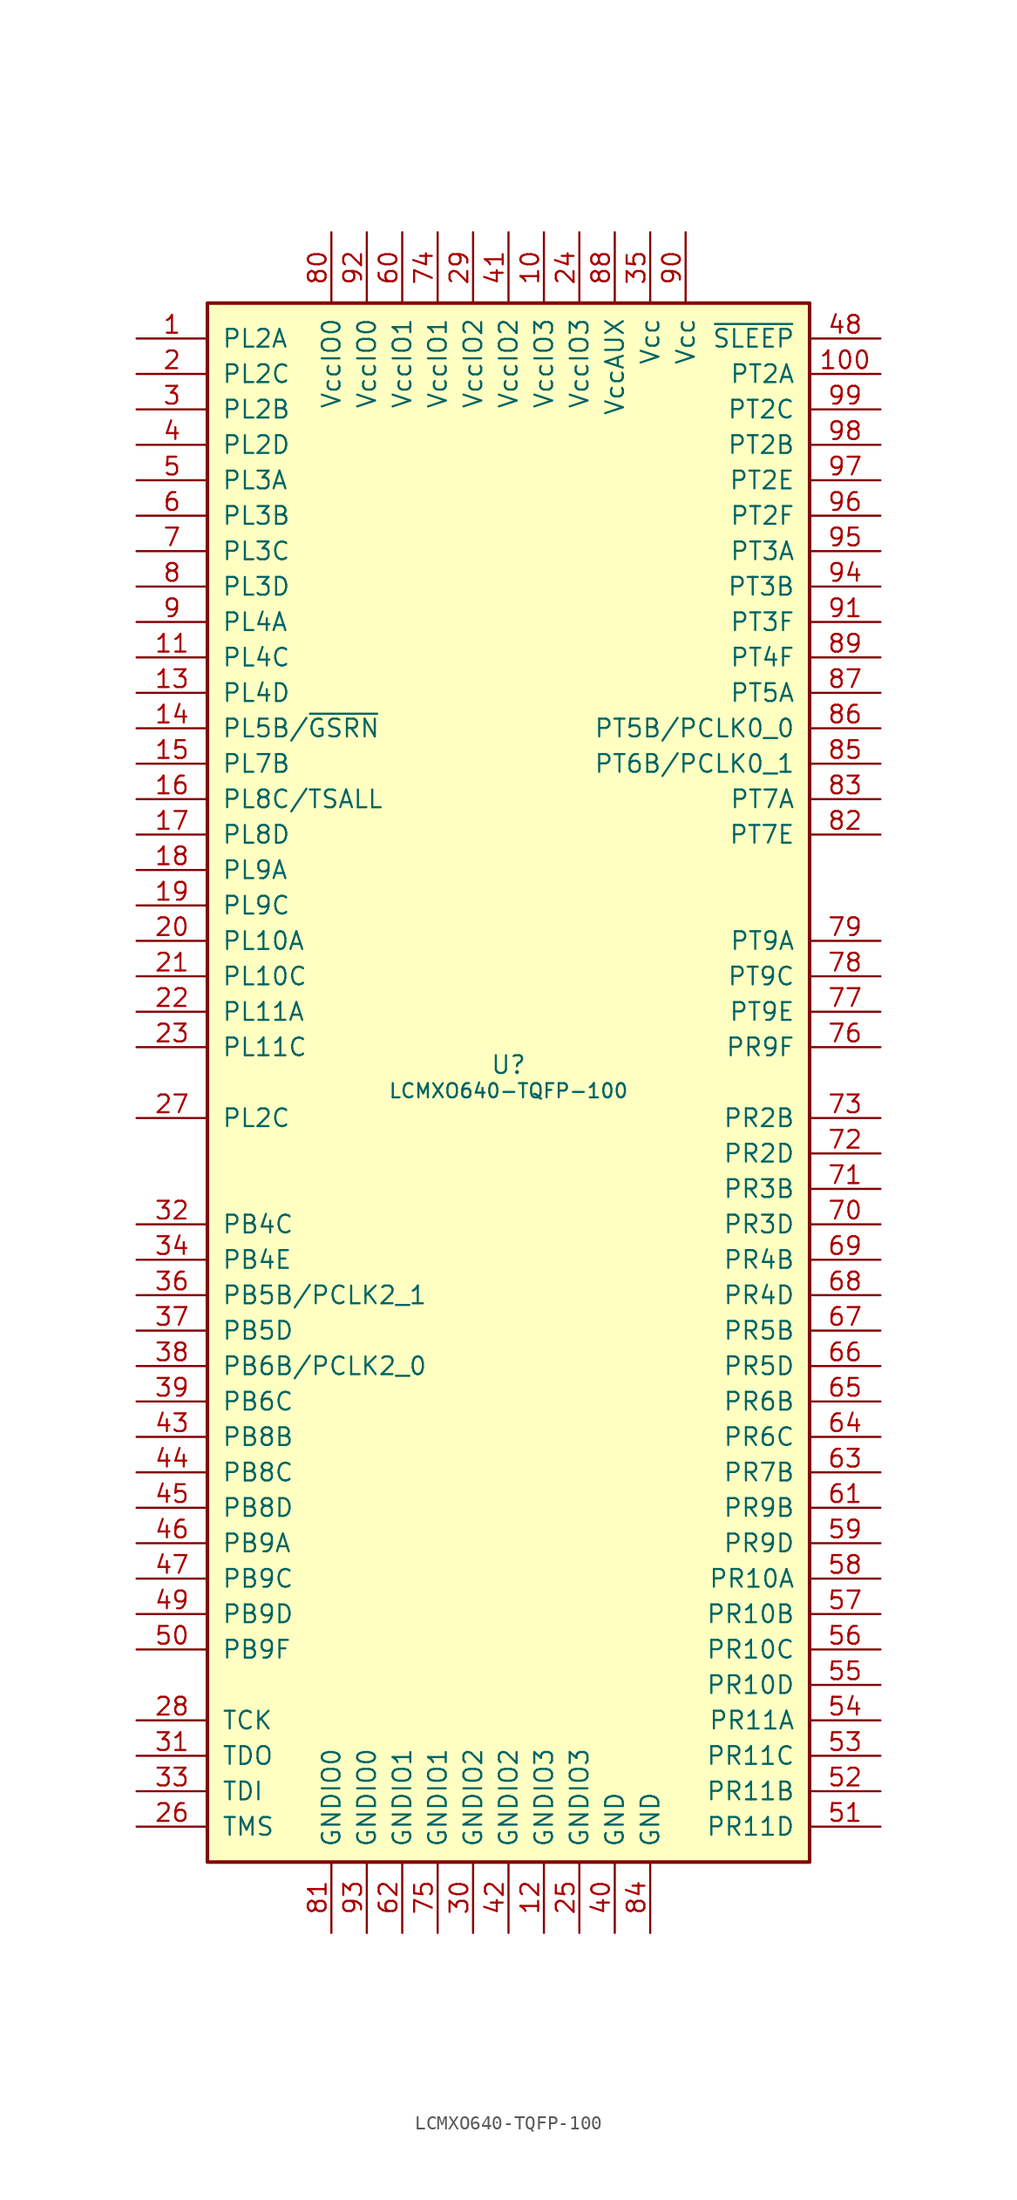
<source format=kicad_sym>
(kicad_symbol_lib
  (version 20220914)
  (generator kicad_symbol_editor)
  (symbol "LCMXO640-TQFP-100"
    (pin_names
      (offset 1.016))
    (property "Reference" "U"
      (at 0 1.27 0)
      (effects (font (size 1.27 1.27))))
    (property "Value" "LCMXO640-TQFP-100"
      (at 0 0 0)
      (effects (font (size 1.016 1.016)) (justify top)))
    (symbol "LCMXO640-TQFP-100_0_1"
      (rectangle (start -21.59 55.88) (end 21.59 -55.88) (stroke (width 0.254) (type default)) (fill (type background))))
    (symbol "LCMXO640-TQFP-100_1_1"
      (pin bidirectional line (at -26.67 53.34 0) (length 5.08) (name "PL2A" (effects (font (size 1.27 1.27)))) (number "1" (effects (font (size 1.27 1.27)))))
      (pin power_in line (at 2.54 60.96 270) (length 5.08) (name "VccIO3" (effects (font (size 1.27 1.27)))) (number "10" (effects (font (size 1.27 1.27)))))
      (pin bidirectional line (at 26.67 50.8 180) (length 5.08) (name "PT2A" (effects (font (size 1.27 1.27)))) (number "100" (effects (font (size 1.27 1.27)))))
      (pin bidirectional line (at -26.67 30.48 0) (length 5.08) (name "PL4C" (effects (font (size 1.27 1.27)))) (number "11" (effects (font (size 1.27 1.27)))))
      (pin power_in line (at 2.54 -60.96 90) (length 5.08) (name "GNDIO3" (effects (font (size 1.27 1.27)))) (number "12" (effects (font (size 1.27 1.27)))))
      (pin bidirectional line (at -26.67 27.94 0) (length 5.08) (name "PL4D" (effects (font (size 1.27 1.27)))) (number "13" (effects (font (size 1.27 1.27)))))
      (pin bidirectional line (at -26.67 25.4 0) (length 5.08) (name "PL5B/~{GSRN}" (effects (font (size 1.27 1.27)))) (number "14" (effects (font (size 1.27 1.27)))))
      (pin bidirectional line (at -26.67 22.86 0) (length 5.08) (name "PL7B" (effects (font (size 1.27 1.27)))) (number "15" (effects (font (size 1.27 1.27)))))
      (pin bidirectional line (at -26.67 20.32 0) (length 5.08) (name "PL8C/TSALL" (effects (font (size 1.27 1.27)))) (number "16" (effects (font (size 1.27 1.27)))))
      (pin bidirectional line (at -26.67 17.78 0) (length 5.08) (name "PL8D" (effects (font (size 1.27 1.27)))) (number "17" (effects (font (size 1.27 1.27)))))
      (pin bidirectional line (at -26.67 15.24 0) (length 5.08) (name "PL9A" (effects (font (size 1.27 1.27)))) (number "18" (effects (font (size 1.27 1.27)))))
      (pin bidirectional line (at -26.67 12.7 0) (length 5.08) (name "PL9C" (effects (font (size 1.27 1.27)))) (number "19" (effects (font (size 1.27 1.27)))))
      (pin bidirectional line (at -26.67 50.8 0) (length 5.08) (name "PL2C" (effects (font (size 1.27 1.27)))) (number "2" (effects (font (size 1.27 1.27)))))
      (pin bidirectional line (at -26.67 10.16 0) (length 5.08) (name "PL10A" (effects (font (size 1.27 1.27)))) (number "20" (effects (font (size 1.27 1.27)))))
      (pin bidirectional line (at -26.67 7.62 0) (length 5.08) (name "PL10C" (effects (font (size 1.27 1.27)))) (number "21" (effects (font (size 1.27 1.27)))))
      (pin bidirectional line (at -26.67 5.08 0) (length 5.08) (name "PL11A" (effects (font (size 1.27 1.27)))) (number "22" (effects (font (size 1.27 1.27)))))
      (pin bidirectional line (at -26.67 2.54 0) (length 5.08) (name "PL11C" (effects (font (size 1.27 1.27)))) (number "23" (effects (font (size 1.27 1.27)))))
      (pin power_in line (at 5.08 60.96 270) (length 5.08) (name "VccIO3" (effects (font (size 1.27 1.27)))) (number "24" (effects (font (size 1.27 1.27)))))
      (pin power_in line (at 5.08 -60.96 90) (length 5.08) (name "GNDIO3" (effects (font (size 1.27 1.27)))) (number "25" (effects (font (size 1.27 1.27)))))
      (pin input line (at -26.67 -53.34 0) (length 5.08) (name "TMS" (effects (font (size 1.27 1.27)))) (number "26" (effects (font (size 1.27 1.27)))))
      (pin bidirectional line (at -26.67 -2.54 0) (length 5.08) (name "PL2C" (effects (font (size 1.27 1.27)))) (number "27" (effects (font (size 1.27 1.27)))))
      (pin input line (at -26.67 -45.72 0) (length 5.08) (name "TCK" (effects (font (size 1.27 1.27)))) (number "28" (effects (font (size 1.27 1.27)))))
      (pin power_in line (at -2.54 60.96 270) (length 5.08) (name "VccIO2" (effects (font (size 1.27 1.27)))) (number "29" (effects (font (size 1.27 1.27)))))
      (pin bidirectional line (at -26.67 48.26 0) (length 5.08) (name "PL2B" (effects (font (size 1.27 1.27)))) (number "3" (effects (font (size 1.27 1.27)))))
      (pin power_in line (at -2.54 -60.96 90) (length 5.08) (name "GNDIO2" (effects (font (size 1.27 1.27)))) (number "30" (effects (font (size 1.27 1.27)))))
      (pin output line (at -26.67 -48.26 0) (length 5.08) (name "TDO" (effects (font (size 1.27 1.27)))) (number "31" (effects (font (size 1.27 1.27)))))
      (pin bidirectional line (at -26.67 -10.16 0) (length 5.08) (name "PB4C" (effects (font (size 1.27 1.27)))) (number "32" (effects (font (size 1.27 1.27)))))
      (pin input line (at -26.67 -50.8 0) (length 5.08) (name "TDI" (effects (font (size 1.27 1.27)))) (number "33" (effects (font (size 1.27 1.27)))))
      (pin bidirectional line (at -26.67 -12.7 0) (length 5.08) (name "PB4E" (effects (font (size 1.27 1.27)))) (number "34" (effects (font (size 1.27 1.27)))))
      (pin power_in line (at 10.16 60.96 270) (length 5.08) (name "Vcc" (effects (font (size 1.27 1.27)))) (number "35" (effects (font (size 1.27 1.27)))))
      (pin bidirectional line (at -26.67 -15.24 0) (length 5.08) (name "PB5B/PCLK2_1" (effects (font (size 1.27 1.27)))) (number "36" (effects (font (size 1.27 1.27)))))
      (pin bidirectional line (at -26.67 -17.78 0) (length 5.08) (name "PB5D" (effects (font (size 1.27 1.27)))) (number "37" (effects (font (size 1.27 1.27)))))
      (pin bidirectional line (at -26.67 -20.32 0) (length 5.08) (name "PB6B/PCLK2_0" (effects (font (size 1.27 1.27)))) (number "38" (effects (font (size 1.27 1.27)))))
      (pin bidirectional line (at -26.67 -22.86 0) (length 5.08) (name "PB6C" (effects (font (size 1.27 1.27)))) (number "39" (effects (font (size 1.27 1.27)))))
      (pin bidirectional line (at -26.67 45.72 0) (length 5.08) (name "PL2D" (effects (font (size 1.27 1.27)))) (number "4" (effects (font (size 1.27 1.27)))))
      (pin power_in line (at 7.62 -60.96 90) (length 5.08) (name "GND" (effects (font (size 1.27 1.27)))) (number "40" (effects (font (size 1.27 1.27)))))
      (pin power_in line (at 0 60.96 270) (length 5.08) (name "VccIO2" (effects (font (size 1.27 1.27)))) (number "41" (effects (font (size 1.27 1.27)))))
      (pin power_in line (at 0 -60.96 90) (length 5.08) (name "GNDIO2" (effects (font (size 1.27 1.27)))) (number "42" (effects (font (size 1.27 1.27)))))
      (pin bidirectional line (at -26.67 -25.4 0) (length 5.08) (name "PB8B" (effects (font (size 1.27 1.27)))) (number "43" (effects (font (size 1.27 1.27)))))
      (pin bidirectional line (at -26.67 -27.94 0) (length 5.08) (name "PB8C" (effects (font (size 1.27 1.27)))) (number "44" (effects (font (size 1.27 1.27)))))
      (pin bidirectional line (at -26.67 -30.48 0) (length 5.08) (name "PB8D" (effects (font (size 1.27 1.27)))) (number "45" (effects (font (size 1.27 1.27)))))
      (pin bidirectional line (at -26.67 -33.02 0) (length 5.08) (name "PB9A" (effects (font (size 1.27 1.27)))) (number "46" (effects (font (size 1.27 1.27)))))
      (pin bidirectional line (at -26.67 -35.56 0) (length 5.08) (name "PB9C" (effects (font (size 1.27 1.27)))) (number "47" (effects (font (size 1.27 1.27)))))
      (pin input line (at 26.67 53.34 180) (length 5.08) (name "~{SLEEP}" (effects (font (size 1.27 1.27)))) (number "48" (effects (font (size 1.27 1.27)))))
      (pin bidirectional line (at -26.67 -38.1 0) (length 5.08) (name "PB9D" (effects (font (size 1.27 1.27)))) (number "49" (effects (font (size 1.27 1.27)))))
      (pin bidirectional line (at -26.67 43.18 0) (length 5.08) (name "PL3A" (effects (font (size 1.27 1.27)))) (number "5" (effects (font (size 1.27 1.27)))))
      (pin bidirectional line (at -26.67 -40.64 0) (length 5.08) (name "PB9F" (effects (font (size 1.27 1.27)))) (number "50" (effects (font (size 1.27 1.27)))))
      (pin bidirectional line (at 26.67 -53.34 180) (length 5.08) (name "PR11D" (effects (font (size 1.27 1.27)))) (number "51" (effects (font (size 1.27 1.27)))))
      (pin bidirectional line (at 26.67 -50.8 180) (length 5.08) (name "PR11B" (effects (font (size 1.27 1.27)))) (number "52" (effects (font (size 1.27 1.27)))))
      (pin bidirectional line (at 26.67 -48.26 180) (length 5.08) (name "PR11C" (effects (font (size 1.27 1.27)))) (number "53" (effects (font (size 1.27 1.27)))))
      (pin bidirectional line (at 26.67 -45.72 180) (length 5.08) (name "PR11A" (effects (font (size 1.27 1.27)))) (number "54" (effects (font (size 1.27 1.27)))))
      (pin bidirectional line (at 26.67 -43.18 180) (length 5.08) (name "PR10D" (effects (font (size 1.27 1.27)))) (number "55" (effects (font (size 1.27 1.27)))))
      (pin bidirectional line (at 26.67 -40.64 180) (length 5.08) (name "PR10C" (effects (font (size 1.27 1.27)))) (number "56" (effects (font (size 1.27 1.27)))))
      (pin bidirectional line (at 26.67 -38.1 180) (length 5.08) (name "PR10B" (effects (font (size 1.27 1.27)))) (number "57" (effects (font (size 1.27 1.27)))))
      (pin bidirectional line (at 26.67 -35.56 180) (length 5.08) (name "PR10A" (effects (font (size 1.27 1.27)))) (number "58" (effects (font (size 1.27 1.27)))))
      (pin bidirectional line (at 26.67 -33.02 180) (length 5.08) (name "PR9D" (effects (font (size 1.27 1.27)))) (number "59" (effects (font (size 1.27 1.27)))))
      (pin bidirectional line (at -26.67 40.64 0) (length 5.08) (name "PL3B" (effects (font (size 1.27 1.27)))) (number "6" (effects (font (size 1.27 1.27)))))
      (pin power_in line (at -7.62 60.96 270) (length 5.08) (name "VccIO1" (effects (font (size 1.27 1.27)))) (number "60" (effects (font (size 1.27 1.27)))))
      (pin bidirectional line (at 26.67 -30.48 180) (length 5.08) (name "PR9B" (effects (font (size 1.27 1.27)))) (number "61" (effects (font (size 1.27 1.27)))))
      (pin power_in line (at -7.62 -60.96 90) (length 5.08) (name "GNDIO1" (effects (font (size 1.27 1.27)))) (number "62" (effects (font (size 1.27 1.27)))))
      (pin bidirectional line (at 26.67 -27.94 180) (length 5.08) (name "PR7B" (effects (font (size 1.27 1.27)))) (number "63" (effects (font (size 1.27 1.27)))))
      (pin bidirectional line (at 26.67 -25.4 180) (length 5.08) (name "PR6C" (effects (font (size 1.27 1.27)))) (number "64" (effects (font (size 1.27 1.27)))))
      (pin bidirectional line (at 26.67 -22.86 180) (length 5.08) (name "PR6B" (effects (font (size 1.27 1.27)))) (number "65" (effects (font (size 1.27 1.27)))))
      (pin bidirectional line (at 26.67 -20.32 180) (length 5.08) (name "PR5D" (effects (font (size 1.27 1.27)))) (number "66" (effects (font (size 1.27 1.27)))))
      (pin bidirectional line (at 26.67 -17.78 180) (length 5.08) (name "PR5B" (effects (font (size 1.27 1.27)))) (number "67" (effects (font (size 1.27 1.27)))))
      (pin bidirectional line (at 26.67 -15.24 180) (length 5.08) (name "PR4D" (effects (font (size 1.27 1.27)))) (number "68" (effects (font (size 1.27 1.27)))))
      (pin bidirectional line (at 26.67 -12.7 180) (length 5.08) (name "PR4B" (effects (font (size 1.27 1.27)))) (number "69" (effects (font (size 1.27 1.27)))))
      (pin bidirectional line (at -26.67 38.1 0) (length 5.08) (name "PL3C" (effects (font (size 1.27 1.27)))) (number "7" (effects (font (size 1.27 1.27)))))
      (pin bidirectional line (at 26.67 -10.16 180) (length 5.08) (name "PR3D" (effects (font (size 1.27 1.27)))) (number "70" (effects (font (size 1.27 1.27)))))
      (pin bidirectional line (at 26.67 -7.62 180) (length 5.08) (name "PR3B" (effects (font (size 1.27 1.27)))) (number "71" (effects (font (size 1.27 1.27)))))
      (pin bidirectional line (at 26.67 -5.08 180) (length 5.08) (name "PR2D" (effects (font (size 1.27 1.27)))) (number "72" (effects (font (size 1.27 1.27)))))
      (pin bidirectional line (at 26.67 -2.54 180) (length 5.08) (name "PR2B" (effects (font (size 1.27 1.27)))) (number "73" (effects (font (size 1.27 1.27)))))
      (pin power_in line (at -5.08 60.96 270) (length 5.08) (name "VccIO1" (effects (font (size 1.27 1.27)))) (number "74" (effects (font (size 1.27 1.27)))))
      (pin power_in line (at -5.08 -60.96 90) (length 5.08) (name "GNDIO1" (effects (font (size 1.27 1.27)))) (number "75" (effects (font (size 1.27 1.27)))))
      (pin bidirectional line (at 26.67 2.54 180) (length 5.08) (name "PR9F" (effects (font (size 1.27 1.27)))) (number "76" (effects (font (size 1.27 1.27)))))
      (pin bidirectional line (at 26.67 5.08 180) (length 5.08) (name "PT9E" (effects (font (size 1.27 1.27)))) (number "77" (effects (font (size 1.27 1.27)))))
      (pin bidirectional line (at 26.67 7.62 180) (length 5.08) (name "PT9C" (effects (font (size 1.27 1.27)))) (number "78" (effects (font (size 1.27 1.27)))))
      (pin bidirectional line (at 26.67 10.16 180) (length 5.08) (name "PT9A" (effects (font (size 1.27 1.27)))) (number "79" (effects (font (size 1.27 1.27)))))
      (pin bidirectional line (at -26.67 35.56 0) (length 5.08) (name "PL3D" (effects (font (size 1.27 1.27)))) (number "8" (effects (font (size 1.27 1.27)))))
      (pin power_in line (at -12.7 60.96 270) (length 5.08) (name "VccIO0" (effects (font (size 1.27 1.27)))) (number "80" (effects (font (size 1.27 1.27)))))
      (pin power_in line (at -12.7 -60.96 90) (length 5.08) (name "GNDIO0" (effects (font (size 1.27 1.27)))) (number "81" (effects (font (size 1.27 1.27)))))
      (pin bidirectional line (at 26.67 17.78 180) (length 5.08) (name "PT7E" (effects (font (size 1.27 1.27)))) (number "82" (effects (font (size 1.27 1.27)))))
      (pin bidirectional line (at 26.67 20.32 180) (length 5.08) (name "PT7A" (effects (font (size 1.27 1.27)))) (number "83" (effects (font (size 1.27 1.27)))))
      (pin power_in line (at 10.16 -60.96 90) (length 5.08) (name "GND" (effects (font (size 1.27 1.27)))) (number "84" (effects (font (size 1.27 1.27)))))
      (pin bidirectional line (at 26.67 22.86 180) (length 5.08) (name "PT6B/PCLK0_1" (effects (font (size 1.27 1.27)))) (number "85" (effects (font (size 1.27 1.27)))))
      (pin bidirectional line (at 26.67 25.4 180) (length 5.08) (name "PT5B/PCLK0_0" (effects (font (size 1.27 1.27)))) (number "86" (effects (font (size 1.27 1.27)))))
      (pin bidirectional line (at 26.67 27.94 180) (length 5.08) (name "PT5A" (effects (font (size 1.27 1.27)))) (number "87" (effects (font (size 1.27 1.27)))))
      (pin power_in line (at 7.62 60.96 270) (length 5.08) (name "VccAUX" (effects (font (size 1.27 1.27)))) (number "88" (effects (font (size 1.27 1.27)))))
      (pin bidirectional line (at 26.67 30.48 180) (length 5.08) (name "PT4F" (effects (font (size 1.27 1.27)))) (number "89" (effects (font (size 1.27 1.27)))))
      (pin bidirectional line (at -26.67 33.02 0) (length 5.08) (name "PL4A" (effects (font (size 1.27 1.27)))) (number "9" (effects (font (size 1.27 1.27)))))
      (pin power_in line (at 12.7 60.96 270) (length 5.08) (name "Vcc" (effects (font (size 1.27 1.27)))) (number "90" (effects (font (size 1.27 1.27)))))
      (pin bidirectional line (at 26.67 33.02 180) (length 5.08) (name "PT3F" (effects (font (size 1.27 1.27)))) (number "91" (effects (font (size 1.27 1.27)))))
      (pin power_in line (at -10.16 60.96 270) (length 5.08) (name "VccIO0" (effects (font (size 1.27 1.27)))) (number "92" (effects (font (size 1.27 1.27)))))
      (pin power_in line (at -10.16 -60.96 90) (length 5.08) (name "GNDIO0" (effects (font (size 1.27 1.27)))) (number "93" (effects (font (size 1.27 1.27)))))
      (pin bidirectional line (at 26.67 35.56 180) (length 5.08) (name "PT3B" (effects (font (size 1.27 1.27)))) (number "94" (effects (font (size 1.27 1.27)))))
      (pin bidirectional line (at 26.67 38.1 180) (length 5.08) (name "PT3A" (effects (font (size 1.27 1.27)))) (number "95" (effects (font (size 1.27 1.27)))))
      (pin bidirectional line (at 26.67 40.64 180) (length 5.08) (name "PT2F" (effects (font (size 1.27 1.27)))) (number "96" (effects (font (size 1.27 1.27)))))
      (pin bidirectional line (at 26.67 43.18 180) (length 5.08) (name "PT2E" (effects (font (size 1.27 1.27)))) (number "97" (effects (font (size 1.27 1.27)))))
      (pin bidirectional line (at 26.67 45.72 180) (length 5.08) (name "PT2B" (effects (font (size 1.27 1.27)))) (number "98" (effects (font (size 1.27 1.27)))))
      (pin bidirectional line (at 26.67 48.26 180) (length 5.08) (name "PT2C" (effects (font (size 1.27 1.27)))) (number "99" (effects (font (size 1.27 1.27))))))))
</source>
